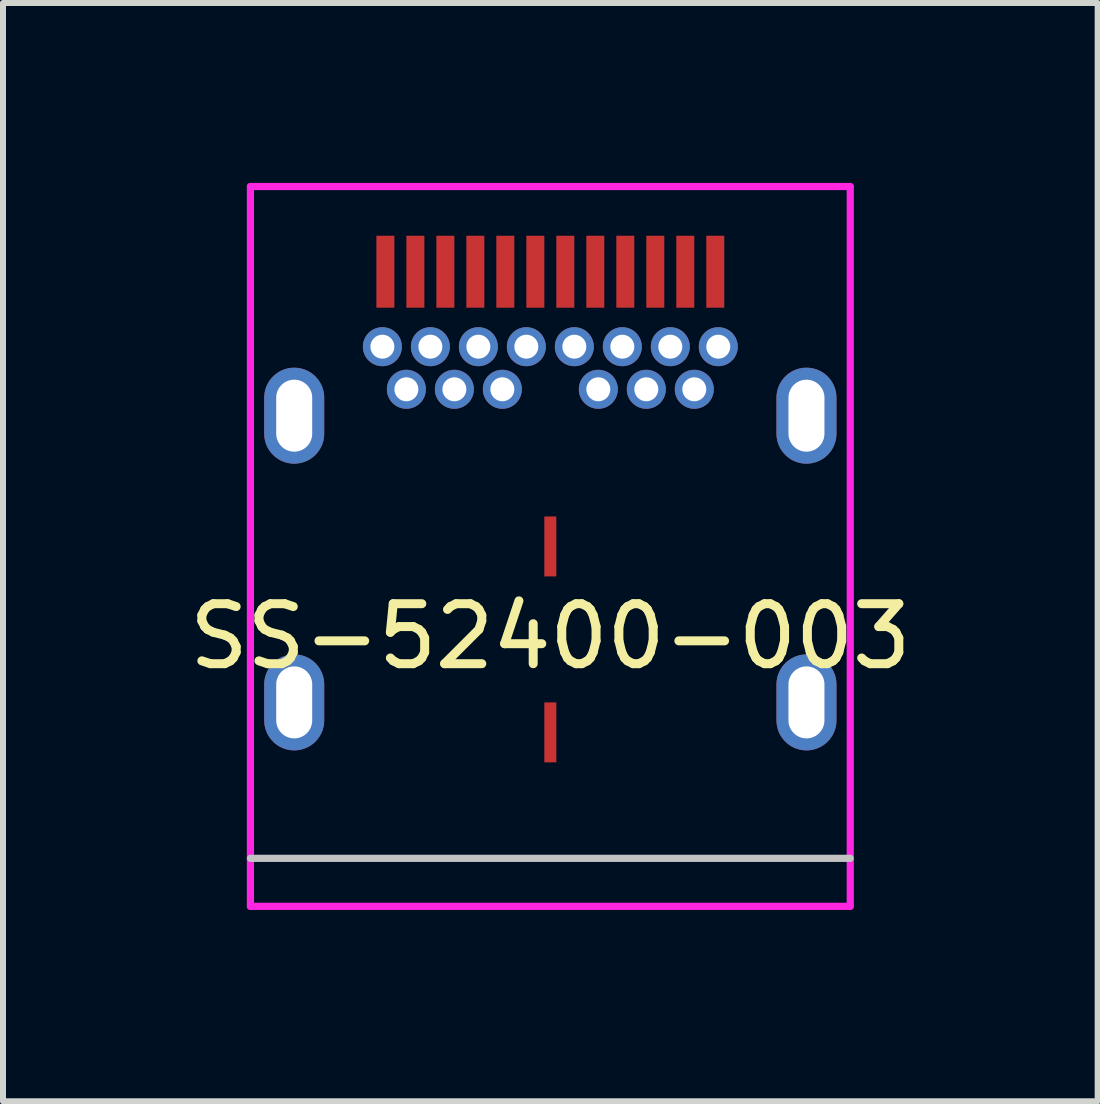
<source format=kicad_pcb>
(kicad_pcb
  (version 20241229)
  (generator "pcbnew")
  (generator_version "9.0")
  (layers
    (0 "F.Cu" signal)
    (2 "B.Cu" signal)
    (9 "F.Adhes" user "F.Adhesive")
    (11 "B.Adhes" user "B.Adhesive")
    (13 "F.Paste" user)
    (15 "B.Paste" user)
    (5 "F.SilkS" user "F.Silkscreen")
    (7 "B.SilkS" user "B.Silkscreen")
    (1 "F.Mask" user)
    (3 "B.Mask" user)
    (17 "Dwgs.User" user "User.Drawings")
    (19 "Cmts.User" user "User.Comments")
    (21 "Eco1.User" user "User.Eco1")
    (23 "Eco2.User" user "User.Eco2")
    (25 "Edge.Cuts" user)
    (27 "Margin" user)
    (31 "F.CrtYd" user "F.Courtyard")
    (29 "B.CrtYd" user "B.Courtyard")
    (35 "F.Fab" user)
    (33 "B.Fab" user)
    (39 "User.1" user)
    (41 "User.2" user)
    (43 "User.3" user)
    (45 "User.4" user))
  (footprint "SS-52400-003"
    (layer "F.Cu")
    (at 6.125 12.06)
    (property "Reference" "SS-52400-003" (at 0 -4.5 0) (layer "F.SilkS") (effects (font (size 1 1) (thickness 0.15))))
    (attr through_hole)
    (fp_line (start -5 -0.8) (end 5 -0.8) (stroke (width 0.12) (type solid)) (layer "Dwgs.User"))
    (fp_line (start -5 -12) (end 5 -12) (stroke (width 0.12) (type solid)) (layer "F.CrtYd"))
    (fp_line (start -5 0) (end -5 -12) (stroke (width 0.12) (type solid)) (layer "F.CrtYd"))
    (fp_line (start 5 -12) (end 5 0) (stroke (width 0.12) (type solid)) (layer "F.CrtYd"))
    (fp_line (start 5 0) (end -5 0) (stroke (width 0.12) (type solid)) (layer "F.CrtYd"))
    (pad "" thru_hole oval (at -4.27 -8.18) (size 1 1.6) (drill oval 0.6 1.2) (layers "*.Cu" "*.Mask" "B.Paste"))
    (pad "" thru_hole oval (at -4.27 -3.4) (size 1 1.6) (drill oval 0.6 1.2) (layers "*.Cu" "*.Mask" "B.Paste"))
    (pad "" thru_hole oval (at 4.27 -8.18) (size 1 1.6) (drill oval 0.6 1.2) (layers "*.Cu" "*.Mask" "B.Paste"))
    (pad "" thru_hole oval (at 4.27 -3.4) (size 1 1.6) (drill oval 0.6 1.2) (layers "*.Cu" "*.Mask" "B.Paste"))
    (pad "13" smd rect (at 0 -6) (size 0.2 1) (layers "F.Cu" "F.Mask" "F.Paste"))
    (pad "14" smd rect (at 0 -2.9) (size 0.2 1) (layers "F.Cu" "F.Mask" "F.Paste"))
    (pad "A1" smd rect (at -2.75 -10.58) (size 0.3 1.2) (layers "F.Cu" "F.Mask" "F.Paste"))
    (pad "A2" smd rect (at -2.25 -10.58) (size 0.3 1.2) (layers "F.Cu" "F.Mask" "F.Paste"))
    (pad "A3" smd rect (at -1.75 -10.58) (size 0.3 1.2) (layers "F.Cu" "F.Mask" "F.Paste"))
    (pad "A4" smd rect (at -1.25 -10.58) (size 0.3 1.2) (layers "F.Cu" "F.Mask" "F.Paste"))
    (pad "A5" smd rect (at -0.75 -10.58) (size 0.3 1.2) (layers "F.Cu" "F.Mask" "F.Paste"))
    (pad "A6" smd rect (at -0.25 -10.58) (size 0.3 1.2) (layers "F.Cu" "F.Mask" "F.Paste"))
    (pad "A7" smd rect (at 0.25 -10.58) (size 0.3 1.2) (layers "F.Cu" "F.Mask" "F.Paste"))
    (pad "A8" smd rect (at 0.75 -10.58) (size 0.3 1.2) (layers "F.Cu" "F.Mask" "F.Paste"))
    (pad "A9" smd rect (at 1.25 -10.58) (size 0.3 1.2) (layers "F.Cu" "F.Mask" "F.Paste"))
    (pad "A10" smd rect (at 1.75 -10.58) (size 0.3 1.2) (layers "F.Cu" "F.Mask" "F.Paste"))
    (pad "A11" smd rect (at 2.25 -10.58) (size 0.3 1.2) (layers "F.Cu" "F.Mask" "F.Paste"))
    (pad "A12" smd rect (at 2.75 -10.58) (size 0.3 1.2) (layers "F.Cu" "F.Mask" "F.Paste"))
    (pad "B1" thru_hole circle (at 2.8 -9.33) (size 0.65 0.65) (drill 0.4) (layers "*.Cu" "*.Mask"))
    (pad "B2" thru_hole circle (at 2.4 -8.62) (size 0.65 0.65) (drill 0.4) (layers "*.Cu" "*.Mask"))
    (pad "B3" thru_hole circle (at 1.6 -8.62) (size 0.65 0.65) (drill 0.4) (layers "*.Cu" "*.Mask"))
    (pad "B4" thru_hole circle (at 1.2 -9.33) (size 0.65 0.65) (drill 0.4) (layers "*.Cu" "*.Mask"))
    (pad "B5" thru_hole circle (at 0.8 -8.62) (size 0.65 0.65) (drill 0.4) (layers "*.Cu" "*.Mask"))
    (pad "B6" thru_hole circle (at 0.4 -9.33) (size 0.65 0.65) (drill 0.4) (layers "*.Cu" "*.Mask"))
    (pad "B7" thru_hole circle (at -0.4 -9.33) (size 0.65 0.65) (drill 0.4) (layers "*.Cu" "*.Mask"))
    (pad "B8" thru_hole circle (at -0.8 -8.62) (size 0.65 0.65) (drill 0.4) (layers "*.Cu" "*.Mask"))
    (pad "B9" thru_hole circle (at -1.2 -9.33) (size 0.65 0.65) (drill 0.4) (layers "*.Cu" "*.Mask"))
    (pad "B10" thru_hole circle (at -1.6 -8.62) (size 0.65 0.65) (drill 0.4) (layers "*.Cu" "*.Mask"))
    (pad "B11" thru_hole circle (at -2.4 -8.62) (size 0.65 0.65) (drill 0.4) (layers "*.Cu" "*.Mask"))
    (pad "B12" thru_hole circle (at -2.8 -9.33) (size 0.65 0.65) (drill 0.4) (layers "*.Cu" "*.Mask"))
    (pad "S1" thru_hole circle (at -2 -9.33) (size 0.65 0.65) (drill 0.4) (layers "*.Cu" "*.Mask"))
    (pad "S1" thru_hole circle (at 2 -9.33) (size 0.65 0.65) (drill 0.4) (layers "*.Cu" "*.Mask")))
  (gr_rect
    (start -3 -3)
    (end 15.25 15.31)
    (stroke (width 0.1) (type default))
    (fill no)
    (layer "Edge.Cuts")))
</source>
